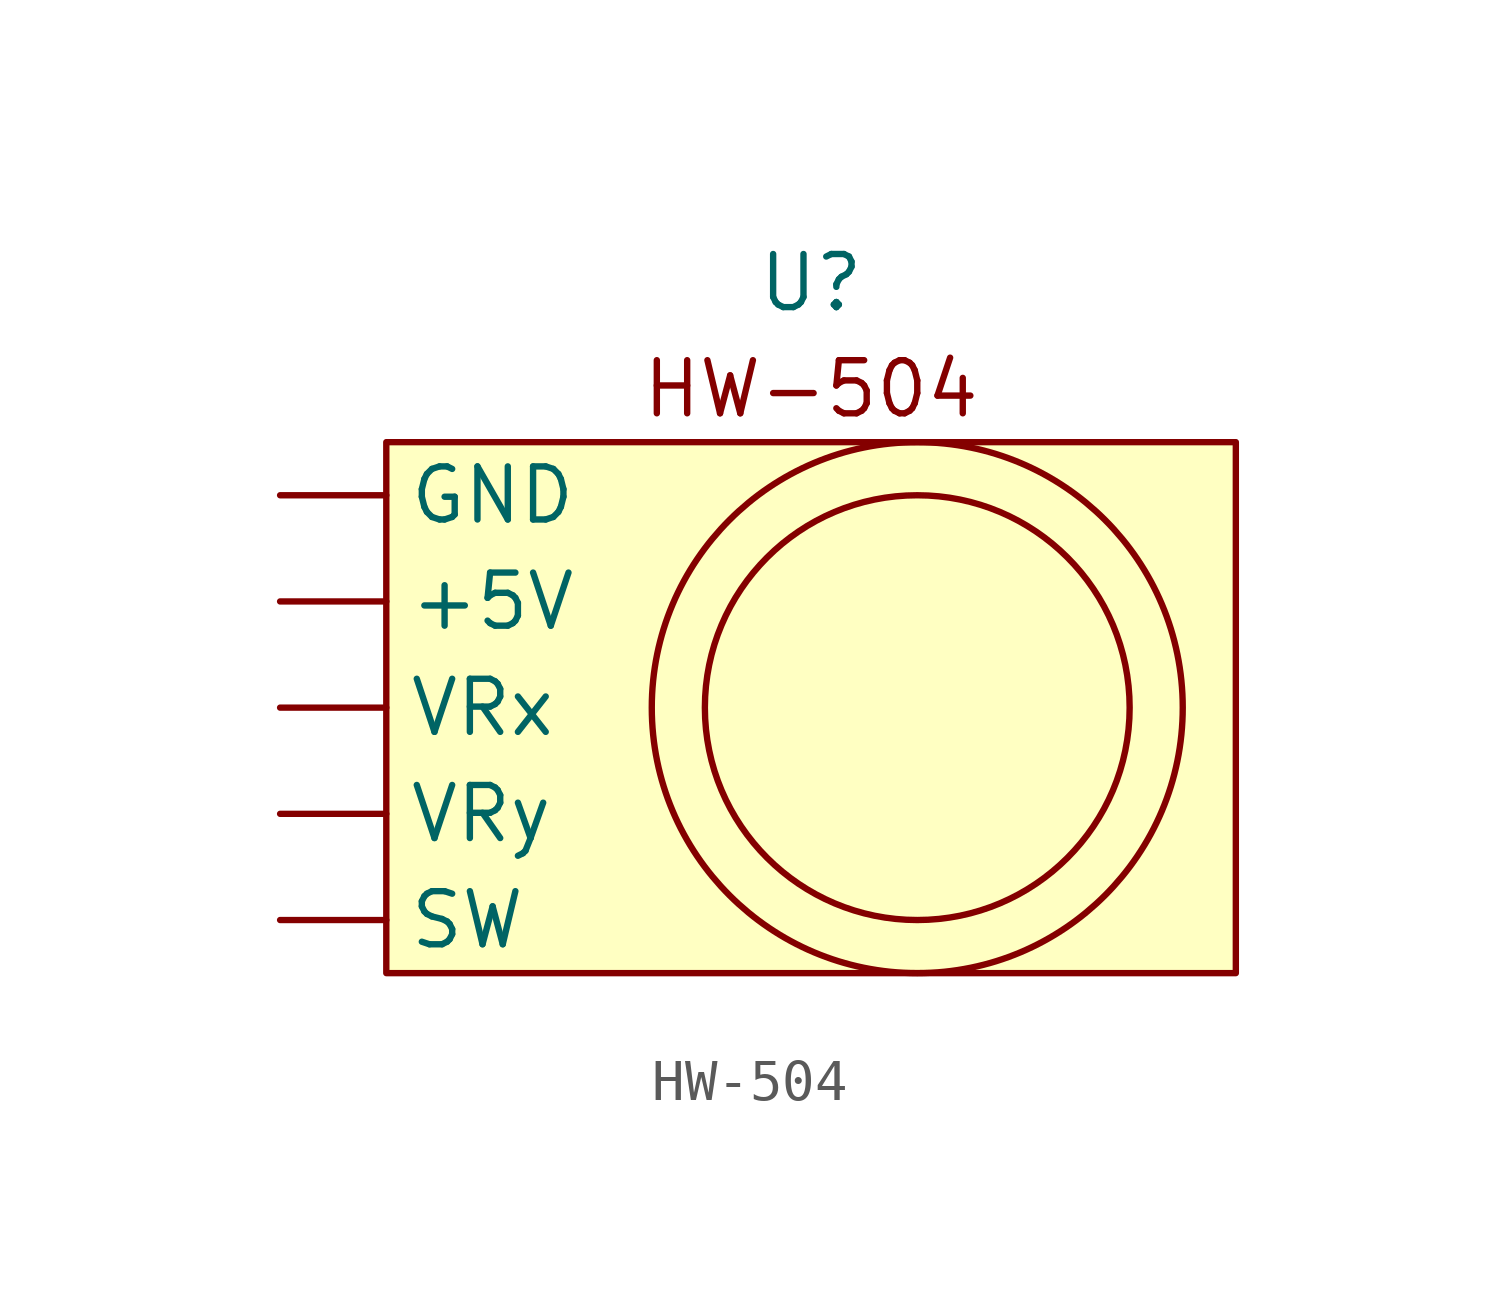
<source format=kicad_sym>
(kicad_symbol_lib
  (version 20220914)
  (generator kicad_symbol_editor)
  (symbol "HW-504"
    (property "Reference" "U"
      (at 2.54 8.89 0)
      (effects (font (size 1.27 1.27))))
    (property "Value" ""
      (at -2.54 0 0)
      (effects (font (size 1.27 1.27))))
    (symbol "HW-504_1_1"
      (rectangle (start -7.62 5.08) (end 12.7 -7.62) (stroke (width 0) (type default)) (fill (type background)))
      (circle (center 5.08 -1.27) (radius 5.08) (stroke (width 0) (type default)) (fill (type background)))
      (circle (center 5.08 -1.27) (radius 6.35) (stroke (width 0) (type default)) (fill (type background)))
      (text "HW-504" (at 2.54 6.35 0) (effects (font (size 1.27 1.27))))
      (pin input line (at -10.16 1.27 0) (length 2.54) (name "+5V" (effects (font (size 1.27 1.27)))) (number "" (effects (font (size 1.27 1.27)))))
      (pin output line (at -10.16 3.81 0) (length 2.54) (name "GND" (effects (font (size 1.27 1.27)))) (number "" (effects (font (size 1.27 1.27)))))
      (pin output line (at -10.16 -6.35 0) (length 2.54) (name "SW" (effects (font (size 1.27 1.27)))) (number "" (effects (font (size 1.27 1.27)))))
      (pin output line (at -10.16 -1.27 0) (length 2.54) (name "VRx" (effects (font (size 1.27 1.27)))) (number "" (effects (font (size 1.27 1.27)))))
      (pin output line (at -10.16 -3.81 0) (length 2.54) (name "VRy" (effects (font (size 1.27 1.27)))) (number "" (effects (font (size 1.27 1.27))))))))
</source>
